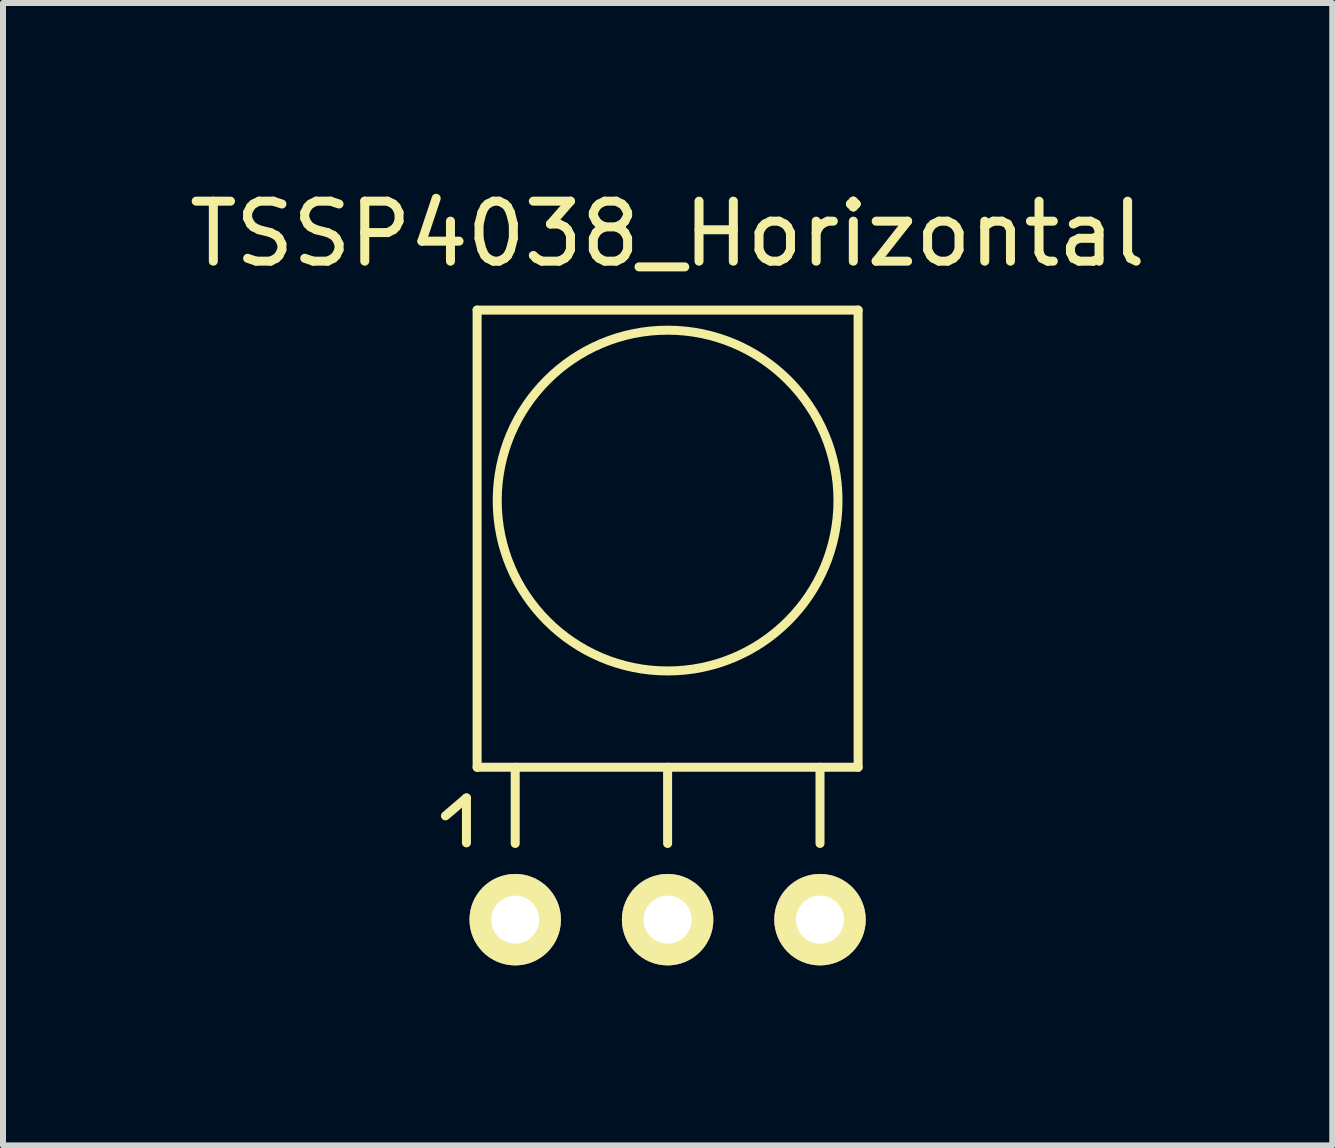
<source format=kicad_pcb>
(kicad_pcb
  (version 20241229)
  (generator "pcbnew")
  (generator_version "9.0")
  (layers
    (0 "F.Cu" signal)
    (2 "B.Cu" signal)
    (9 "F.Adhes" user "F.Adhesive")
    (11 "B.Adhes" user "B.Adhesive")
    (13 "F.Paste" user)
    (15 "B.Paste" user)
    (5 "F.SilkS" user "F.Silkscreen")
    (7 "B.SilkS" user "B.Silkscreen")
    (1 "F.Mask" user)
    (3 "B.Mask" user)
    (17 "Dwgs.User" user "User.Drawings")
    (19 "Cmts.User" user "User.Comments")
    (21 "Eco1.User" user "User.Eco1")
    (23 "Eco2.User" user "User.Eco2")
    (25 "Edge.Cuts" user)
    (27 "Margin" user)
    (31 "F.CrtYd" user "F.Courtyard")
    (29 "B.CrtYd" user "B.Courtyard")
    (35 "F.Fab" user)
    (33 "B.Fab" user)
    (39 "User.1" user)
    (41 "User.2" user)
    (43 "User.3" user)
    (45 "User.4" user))
  (footprint "TSSP4038_Horizontal"
    (layer "F.Cu")
    (at 8.077 12.278)
    (property "Reference" "TSSP4038_Horizontal" (at 0 -11.43 0) (layer "F.SilkS") (effects (font (size 1 1) (thickness 0.15))))
    (attr through_hole)
    (fp_line (start -3.703 -1.73) (end -3.353 -2.029) (stroke (width 0.15) (type solid)) (layer "F.SilkS"))
    (fp_line (start -3.353 -2.029) (end -3.353 -1.28) (stroke (width 0.15) (type solid)) (layer "F.SilkS"))
    (fp_line (start -3.175 -10.16) (end 3.175 -10.16) (stroke (width 0.15) (type solid)) (layer "F.SilkS"))
    (fp_line (start -3.175 -2.54) (end -3.175 -10.16) (stroke (width 0.15) (type solid)) (layer "F.SilkS"))
    (fp_line (start -2.54 -1.27) (end -2.54 -2.54) (stroke (width 0.15) (type solid)) (layer "F.SilkS"))
    (fp_line (start 0 -1.27) (end 0 -2.54) (stroke (width 0.15) (type solid)) (layer "F.SilkS"))
    (fp_line (start 2.54 -1.27) (end 2.54 -2.54) (stroke (width 0.15) (type solid)) (layer "F.SilkS"))
    (fp_line (start 3.175 -10.16) (end 3.175 -2.54) (stroke (width 0.15) (type solid)) (layer "F.SilkS"))
    (fp_line (start 3.175 -2.54) (end -3.175 -2.54) (stroke (width 0.15) (type solid)) (layer "F.SilkS"))
    (fp_circle (center 0 -6.985) (end 2.54 -8.255) (stroke (width 0.15) (type solid)) (fill no) (layer "F.SilkS"))
    (pad "1" thru_hole circle (at -2.54 0) (size 1.524 1.524) (drill 0.8) (layers "*.Cu" "*.Mask" "F.SilkS"))
    (pad "2" thru_hole circle (at 0 0) (size 1.524 1.524) (drill 0.8) (layers "*.Cu" "*.Mask" "F.SilkS"))
    (pad "3" thru_hole circle (at 2.54 0) (size 1.524 1.524) (drill 0.8) (layers "*.Cu" "*.Mask" "F.SilkS")))
  (gr_rect
    (start -3 -3)
    (end 19.155 16.04)
    (stroke (width 0.1) (type default))
    (fill no)
    (layer "Edge.Cuts")))
</source>
